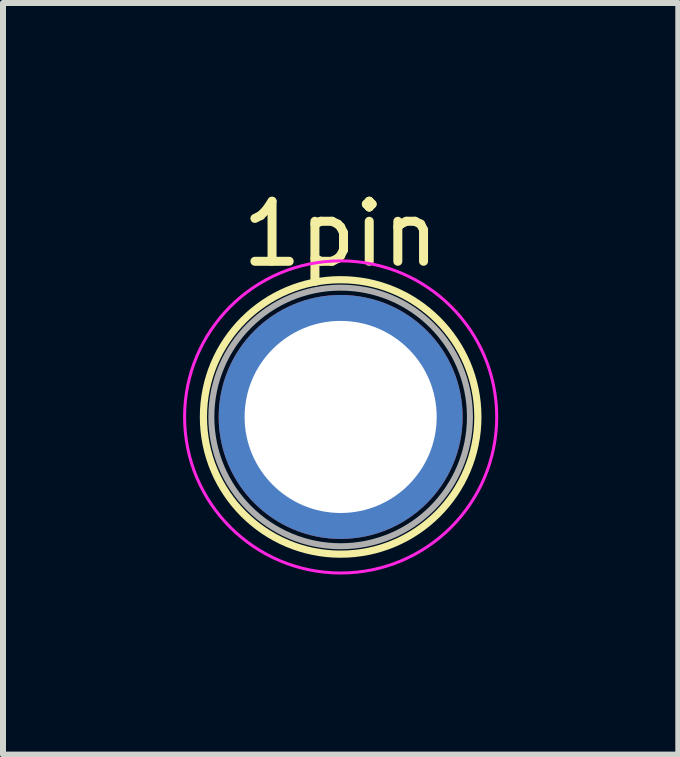
<source format=kicad_pcb>
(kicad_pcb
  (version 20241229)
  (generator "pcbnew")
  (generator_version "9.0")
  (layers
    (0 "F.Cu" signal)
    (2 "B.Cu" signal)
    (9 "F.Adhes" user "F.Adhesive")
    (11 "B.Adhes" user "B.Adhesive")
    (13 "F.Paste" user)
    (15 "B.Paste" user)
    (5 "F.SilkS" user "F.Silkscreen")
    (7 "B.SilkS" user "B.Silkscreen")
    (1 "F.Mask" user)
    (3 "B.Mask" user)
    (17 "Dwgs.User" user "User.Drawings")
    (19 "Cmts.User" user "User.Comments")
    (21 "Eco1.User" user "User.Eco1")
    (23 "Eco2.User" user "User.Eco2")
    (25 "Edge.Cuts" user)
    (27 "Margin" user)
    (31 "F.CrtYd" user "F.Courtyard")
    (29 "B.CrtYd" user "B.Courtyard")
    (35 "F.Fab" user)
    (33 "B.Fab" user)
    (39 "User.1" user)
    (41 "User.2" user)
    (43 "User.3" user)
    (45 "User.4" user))
  (footprint "1pin"
    (layer "F.Cu")
    (at 2.625 3.896)
    (property "Reference" "1pin" (at 0 -3.048 0) (layer "F.SilkS") (effects (font (size 1 1) (thickness 0.15))))
    (attr through_hole)
    (fp_circle (center 0 0) (end 0 -2.286) (stroke (width 0.12) (type solid)) (fill no) (layer "F.SilkS"))
    (fp_circle (center 0 0) (end 2.6 0) (stroke (width 0.05) (type solid)) (fill no) (layer "F.CrtYd"))
    (fp_circle (center 0 0) (end 2 0.8) (stroke (width 0.1) (type solid)) (fill no) (layer "F.Fab"))
    (pad "" thru_hole circle (at 0 0) (size 4.064 4.064) (drill 3.2) (layers "*.Cu" "*.Mask")))
  (gr_rect
    (start -3 -3)
    (end 8.25 9.521)
    (stroke (width 0.1) (type default))
    (fill no)
    (layer "Edge.Cuts")))
</source>
